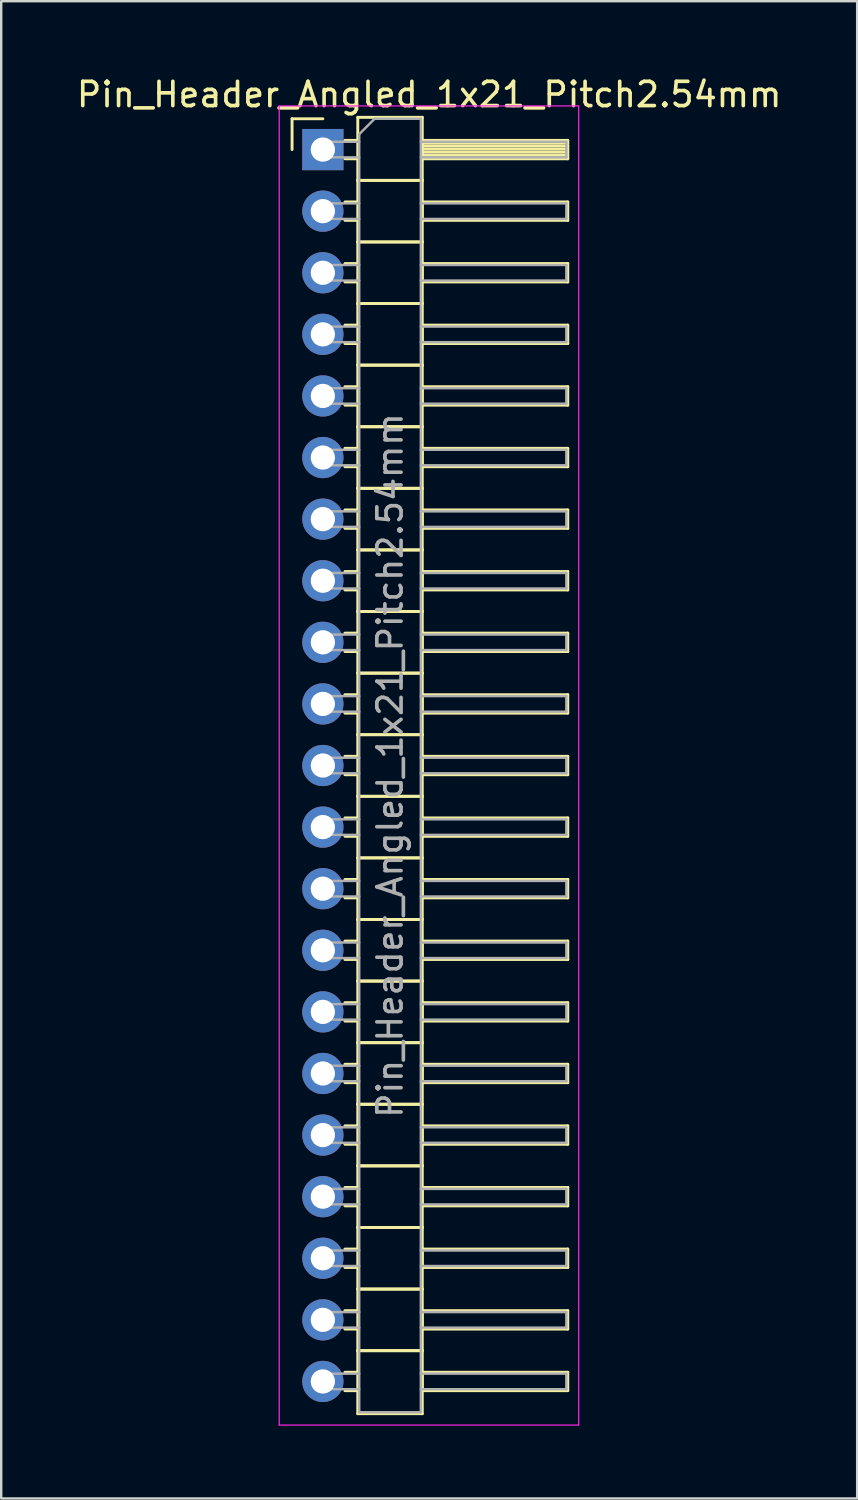
<source format=kicad_pcb>
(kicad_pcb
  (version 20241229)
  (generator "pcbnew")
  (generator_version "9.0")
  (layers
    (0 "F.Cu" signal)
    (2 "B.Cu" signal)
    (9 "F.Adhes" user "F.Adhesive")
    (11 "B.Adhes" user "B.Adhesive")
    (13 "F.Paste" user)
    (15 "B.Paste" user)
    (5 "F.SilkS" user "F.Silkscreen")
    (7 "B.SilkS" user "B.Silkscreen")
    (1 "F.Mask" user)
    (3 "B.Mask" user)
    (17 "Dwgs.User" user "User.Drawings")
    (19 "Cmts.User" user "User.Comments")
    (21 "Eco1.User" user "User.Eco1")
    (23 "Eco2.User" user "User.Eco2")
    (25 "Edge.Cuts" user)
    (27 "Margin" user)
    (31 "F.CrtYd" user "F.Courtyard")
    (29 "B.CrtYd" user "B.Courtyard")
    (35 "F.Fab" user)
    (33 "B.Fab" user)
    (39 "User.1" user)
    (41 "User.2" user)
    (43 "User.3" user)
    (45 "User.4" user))
  (footprint "Pin_Header_Angled_1x21_Pitch2.54mm"
    (layer "F.Cu")
    (at 10.264 3.118)
    (property "Reference" "Pin_Header_Angled_1x21_Pitch2.54mm" (at 4.385 -2.27 0) (layer "F.SilkS") (effects (font (size 1 1) (thickness 0.15))))
    (attr through_hole)
    (fp_line (start -1.27 -1.27) (end 0 -1.27) (stroke (width 0.12) (type solid)) (layer "F.SilkS"))
    (fp_line (start -1.27 0) (end -1.27 -1.27) (stroke (width 0.12) (type solid)) (layer "F.SilkS"))
    (fp_line (start 0.91 -0.38) (end 1.44 -0.38) (stroke (width 0.12) (type solid)) (layer "F.SilkS"))
    (fp_line (start 0.91 0.38) (end 1.44 0.38) (stroke (width 0.12) (type solid)) (layer "F.SilkS"))
    (fp_line (start 0.91 2.16) (end 1.44 2.16) (stroke (width 0.12) (type solid)) (layer "F.SilkS"))
    (fp_line (start 0.91 2.92) (end 1.44 2.92) (stroke (width 0.12) (type solid)) (layer "F.SilkS"))
    (fp_line (start 0.91 4.7) (end 1.44 4.7) (stroke (width 0.12) (type solid)) (layer "F.SilkS"))
    (fp_line (start 0.91 5.46) (end 1.44 5.46) (stroke (width 0.12) (type solid)) (layer "F.SilkS"))
    (fp_line (start 0.91 7.24) (end 1.44 7.24) (stroke (width 0.12) (type solid)) (layer "F.SilkS"))
    (fp_line (start 0.91 8) (end 1.44 8) (stroke (width 0.12) (type solid)) (layer "F.SilkS"))
    (fp_line (start 0.91 9.78) (end 1.44 9.78) (stroke (width 0.12) (type solid)) (layer "F.SilkS"))
    (fp_line (start 0.91 10.54) (end 1.44 10.54) (stroke (width 0.12) (type solid)) (layer "F.SilkS"))
    (fp_line (start 0.91 12.32) (end 1.44 12.32) (stroke (width 0.12) (type solid)) (layer "F.SilkS"))
    (fp_line (start 0.91 13.08) (end 1.44 13.08) (stroke (width 0.12) (type solid)) (layer "F.SilkS"))
    (fp_line (start 0.91 14.86) (end 1.44 14.86) (stroke (width 0.12) (type solid)) (layer "F.SilkS"))
    (fp_line (start 0.91 15.62) (end 1.44 15.62) (stroke (width 0.12) (type solid)) (layer "F.SilkS"))
    (fp_line (start 0.91 17.4) (end 1.44 17.4) (stroke (width 0.12) (type solid)) (layer "F.SilkS"))
    (fp_line (start 0.91 18.16) (end 1.44 18.16) (stroke (width 0.12) (type solid)) (layer "F.SilkS"))
    (fp_line (start 0.91 19.94) (end 1.44 19.94) (stroke (width 0.12) (type solid)) (layer "F.SilkS"))
    (fp_line (start 0.91 20.7) (end 1.44 20.7) (stroke (width 0.12) (type solid)) (layer "F.SilkS"))
    (fp_line (start 0.91 22.48) (end 1.44 22.48) (stroke (width 0.12) (type solid)) (layer "F.SilkS"))
    (fp_line (start 0.91 23.24) (end 1.44 23.24) (stroke (width 0.12) (type solid)) (layer "F.SilkS"))
    (fp_line (start 0.91 25.02) (end 1.44 25.02) (stroke (width 0.12) (type solid)) (layer "F.SilkS"))
    (fp_line (start 0.91 25.78) (end 1.44 25.78) (stroke (width 0.12) (type solid)) (layer "F.SilkS"))
    (fp_line (start 0.91 27.56) (end 1.44 27.56) (stroke (width 0.12) (type solid)) (layer "F.SilkS"))
    (fp_line (start 0.91 28.32) (end 1.44 28.32) (stroke (width 0.12) (type solid)) (layer "F.SilkS"))
    (fp_line (start 0.91 30.1) (end 1.44 30.1) (stroke (width 0.12) (type solid)) (layer "F.SilkS"))
    (fp_line (start 0.91 30.86) (end 1.44 30.86) (stroke (width 0.12) (type solid)) (layer "F.SilkS"))
    (fp_line (start 0.91 32.64) (end 1.44 32.64) (stroke (width 0.12) (type solid)) (layer "F.SilkS"))
    (fp_line (start 0.91 33.4) (end 1.44 33.4) (stroke (width 0.12) (type solid)) (layer "F.SilkS"))
    (fp_line (start 0.91 35.18) (end 1.44 35.18) (stroke (width 0.12) (type solid)) (layer "F.SilkS"))
    (fp_line (start 0.91 35.94) (end 1.44 35.94) (stroke (width 0.12) (type solid)) (layer "F.SilkS"))
    (fp_line (start 0.91 37.72) (end 1.44 37.72) (stroke (width 0.12) (type solid)) (layer "F.SilkS"))
    (fp_line (start 0.91 38.48) (end 1.44 38.48) (stroke (width 0.12) (type solid)) (layer "F.SilkS"))
    (fp_line (start 0.91 40.26) (end 1.44 40.26) (stroke (width 0.12) (type solid)) (layer "F.SilkS"))
    (fp_line (start 0.91 41.02) (end 1.44 41.02) (stroke (width 0.12) (type solid)) (layer "F.SilkS"))
    (fp_line (start 0.91 42.8) (end 1.44 42.8) (stroke (width 0.12) (type solid)) (layer "F.SilkS"))
    (fp_line (start 0.91 43.56) (end 1.44 43.56) (stroke (width 0.12) (type solid)) (layer "F.SilkS"))
    (fp_line (start 0.91 45.34) (end 1.44 45.34) (stroke (width 0.12) (type solid)) (layer "F.SilkS"))
    (fp_line (start 0.91 46.1) (end 1.44 46.1) (stroke (width 0.12) (type solid)) (layer "F.SilkS"))
    (fp_line (start 0.91 47.88) (end 1.44 47.88) (stroke (width 0.12) (type solid)) (layer "F.SilkS"))
    (fp_line (start 0.91 48.64) (end 1.44 48.64) (stroke (width 0.12) (type solid)) (layer "F.SilkS"))
    (fp_line (start 0.91 50.42) (end 1.44 50.42) (stroke (width 0.12) (type solid)) (layer "F.SilkS"))
    (fp_line (start 0.91 51.18) (end 1.44 51.18) (stroke (width 0.12) (type solid)) (layer "F.SilkS"))
    (fp_line (start 1.44 -1.33) (end 1.44 1.27) (stroke (width 0.12) (type solid)) (layer "F.SilkS"))
    (fp_line (start 1.44 1.27) (end 1.44 3.81) (stroke (width 0.12) (type solid)) (layer "F.SilkS"))
    (fp_line (start 1.44 1.27) (end 4.1 1.27) (stroke (width 0.12) (type solid)) (layer "F.SilkS"))
    (fp_line (start 1.44 3.81) (end 1.44 6.35) (stroke (width 0.12) (type solid)) (layer "F.SilkS"))
    (fp_line (start 1.44 3.81) (end 4.1 3.81) (stroke (width 0.12) (type solid)) (layer "F.SilkS"))
    (fp_line (start 1.44 6.35) (end 1.44 8.89) (stroke (width 0.12) (type solid)) (layer "F.SilkS"))
    (fp_line (start 1.44 6.35) (end 4.1 6.35) (stroke (width 0.12) (type solid)) (layer "F.SilkS"))
    (fp_line (start 1.44 8.89) (end 1.44 11.43) (stroke (width 0.12) (type solid)) (layer "F.SilkS"))
    (fp_line (start 1.44 8.89) (end 4.1 8.89) (stroke (width 0.12) (type solid)) (layer "F.SilkS"))
    (fp_line (start 1.44 11.43) (end 1.44 13.97) (stroke (width 0.12) (type solid)) (layer "F.SilkS"))
    (fp_line (start 1.44 11.43) (end 4.1 11.43) (stroke (width 0.12) (type solid)) (layer "F.SilkS"))
    (fp_line (start 1.44 13.97) (end 1.44 16.51) (stroke (width 0.12) (type solid)) (layer "F.SilkS"))
    (fp_line (start 1.44 13.97) (end 4.1 13.97) (stroke (width 0.12) (type solid)) (layer "F.SilkS"))
    (fp_line (start 1.44 16.51) (end 1.44 19.05) (stroke (width 0.12) (type solid)) (layer "F.SilkS"))
    (fp_line (start 1.44 16.51) (end 4.1 16.51) (stroke (width 0.12) (type solid)) (layer "F.SilkS"))
    (fp_line (start 1.44 19.05) (end 1.44 21.59) (stroke (width 0.12) (type solid)) (layer "F.SilkS"))
    (fp_line (start 1.44 19.05) (end 4.1 19.05) (stroke (width 0.12) (type solid)) (layer "F.SilkS"))
    (fp_line (start 1.44 21.59) (end 1.44 24.13) (stroke (width 0.12) (type solid)) (layer "F.SilkS"))
    (fp_line (start 1.44 21.59) (end 4.1 21.59) (stroke (width 0.12) (type solid)) (layer "F.SilkS"))
    (fp_line (start 1.44 24.13) (end 1.44 26.67) (stroke (width 0.12) (type solid)) (layer "F.SilkS"))
    (fp_line (start 1.44 24.13) (end 4.1 24.13) (stroke (width 0.12) (type solid)) (layer "F.SilkS"))
    (fp_line (start 1.44 26.67) (end 1.44 29.21) (stroke (width 0.12) (type solid)) (layer "F.SilkS"))
    (fp_line (start 1.44 26.67) (end 4.1 26.67) (stroke (width 0.12) (type solid)) (layer "F.SilkS"))
    (fp_line (start 1.44 29.21) (end 1.44 31.75) (stroke (width 0.12) (type solid)) (layer "F.SilkS"))
    (fp_line (start 1.44 29.21) (end 4.1 29.21) (stroke (width 0.12) (type solid)) (layer "F.SilkS"))
    (fp_line (start 1.44 31.75) (end 1.44 34.29) (stroke (width 0.12) (type solid)) (layer "F.SilkS"))
    (fp_line (start 1.44 31.75) (end 4.1 31.75) (stroke (width 0.12) (type solid)) (layer "F.SilkS"))
    (fp_line (start 1.44 34.29) (end 1.44 36.83) (stroke (width 0.12) (type solid)) (layer "F.SilkS"))
    (fp_line (start 1.44 34.29) (end 4.1 34.29) (stroke (width 0.12) (type solid)) (layer "F.SilkS"))
    (fp_line (start 1.44 36.83) (end 1.44 39.37) (stroke (width 0.12) (type solid)) (layer "F.SilkS"))
    (fp_line (start 1.44 36.83) (end 4.1 36.83) (stroke (width 0.12) (type solid)) (layer "F.SilkS"))
    (fp_line (start 1.44 39.37) (end 1.44 41.91) (stroke (width 0.12) (type solid)) (layer "F.SilkS"))
    (fp_line (start 1.44 39.37) (end 4.1 39.37) (stroke (width 0.12) (type solid)) (layer "F.SilkS"))
    (fp_line (start 1.44 41.91) (end 1.44 44.45) (stroke (width 0.12) (type solid)) (layer "F.SilkS"))
    (fp_line (start 1.44 41.91) (end 4.1 41.91) (stroke (width 0.12) (type solid)) (layer "F.SilkS"))
    (fp_line (start 1.44 44.45) (end 1.44 46.99) (stroke (width 0.12) (type solid)) (layer "F.SilkS"))
    (fp_line (start 1.44 44.45) (end 4.1 44.45) (stroke (width 0.12) (type solid)) (layer "F.SilkS"))
    (fp_line (start 1.44 46.99) (end 1.44 49.53) (stroke (width 0.12) (type solid)) (layer "F.SilkS"))
    (fp_line (start 1.44 46.99) (end 4.1 46.99) (stroke (width 0.12) (type solid)) (layer "F.SilkS"))
    (fp_line (start 1.44 49.53) (end 1.44 52.13) (stroke (width 0.12) (type solid)) (layer "F.SilkS"))
    (fp_line (start 1.44 49.53) (end 4.1 49.53) (stroke (width 0.12) (type solid)) (layer "F.SilkS"))
    (fp_line (start 1.44 52.13) (end 4.1 52.13) (stroke (width 0.12) (type solid)) (layer "F.SilkS"))
    (fp_line (start 4.1 -1.33) (end 1.44 -1.33) (stroke (width 0.12) (type solid)) (layer "F.SilkS"))
    (fp_line (start 4.1 -0.38) (end 4.1 0.38) (stroke (width 0.12) (type solid)) (layer "F.SilkS"))
    (fp_line (start 4.1 -0.26) (end 10.1 -0.26) (stroke (width 0.12) (type solid)) (layer "F.SilkS"))
    (fp_line (start 4.1 -0.14) (end 10.1 -0.14) (stroke (width 0.12) (type solid)) (layer "F.SilkS"))
    (fp_line (start 4.1 -0.02) (end 10.1 -0.02) (stroke (width 0.12) (type solid)) (layer "F.SilkS"))
    (fp_line (start 4.1 0.1) (end 10.1 0.1) (stroke (width 0.12) (type solid)) (layer "F.SilkS"))
    (fp_line (start 4.1 0.22) (end 10.1 0.22) (stroke (width 0.12) (type solid)) (layer "F.SilkS"))
    (fp_line (start 4.1 0.34) (end 10.1 0.34) (stroke (width 0.12) (type solid)) (layer "F.SilkS"))
    (fp_line (start 4.1 0.38) (end 10.1 0.38) (stroke (width 0.12) (type solid)) (layer "F.SilkS"))
    (fp_line (start 4.1 1.27) (end 1.44 1.27) (stroke (width 0.12) (type solid)) (layer "F.SilkS"))
    (fp_line (start 4.1 1.27) (end 4.1 -1.33) (stroke (width 0.12) (type solid)) (layer "F.SilkS"))
    (fp_line (start 4.1 2.16) (end 4.1 2.92) (stroke (width 0.12) (type solid)) (layer "F.SilkS"))
    (fp_line (start 4.1 2.92) (end 10.1 2.92) (stroke (width 0.12) (type solid)) (layer "F.SilkS"))
    (fp_line (start 4.1 3.81) (end 1.44 3.81) (stroke (width 0.12) (type solid)) (layer "F.SilkS"))
    (fp_line (start 4.1 3.81) (end 4.1 1.27) (stroke (width 0.12) (type solid)) (layer "F.SilkS"))
    (fp_line (start 4.1 4.7) (end 4.1 5.46) (stroke (width 0.12) (type solid)) (layer "F.SilkS"))
    (fp_line (start 4.1 5.46) (end 10.1 5.46) (stroke (width 0.12) (type solid)) (layer "F.SilkS"))
    (fp_line (start 4.1 6.35) (end 1.44 6.35) (stroke (width 0.12) (type solid)) (layer "F.SilkS"))
    (fp_line (start 4.1 6.35) (end 4.1 3.81) (stroke (width 0.12) (type solid)) (layer "F.SilkS"))
    (fp_line (start 4.1 7.24) (end 4.1 8) (stroke (width 0.12) (type solid)) (layer "F.SilkS"))
    (fp_line (start 4.1 8) (end 10.1 8) (stroke (width 0.12) (type solid)) (layer "F.SilkS"))
    (fp_line (start 4.1 8.89) (end 1.44 8.89) (stroke (width 0.12) (type solid)) (layer "F.SilkS"))
    (fp_line (start 4.1 8.89) (end 4.1 6.35) (stroke (width 0.12) (type solid)) (layer "F.SilkS"))
    (fp_line (start 4.1 9.78) (end 4.1 10.54) (stroke (width 0.12) (type solid)) (layer "F.SilkS"))
    (fp_line (start 4.1 10.54) (end 10.1 10.54) (stroke (width 0.12) (type solid)) (layer "F.SilkS"))
    (fp_line (start 4.1 11.43) (end 1.44 11.43) (stroke (width 0.12) (type solid)) (layer "F.SilkS"))
    (fp_line (start 4.1 11.43) (end 4.1 8.89) (stroke (width 0.12) (type solid)) (layer "F.SilkS"))
    (fp_line (start 4.1 12.32) (end 4.1 13.08) (stroke (width 0.12) (type solid)) (layer "F.SilkS"))
    (fp_line (start 4.1 13.08) (end 10.1 13.08) (stroke (width 0.12) (type solid)) (layer "F.SilkS"))
    (fp_line (start 4.1 13.97) (end 1.44 13.97) (stroke (width 0.12) (type solid)) (layer "F.SilkS"))
    (fp_line (start 4.1 13.97) (end 4.1 11.43) (stroke (width 0.12) (type solid)) (layer "F.SilkS"))
    (fp_line (start 4.1 14.86) (end 4.1 15.62) (stroke (width 0.12) (type solid)) (layer "F.SilkS"))
    (fp_line (start 4.1 15.62) (end 10.1 15.62) (stroke (width 0.12) (type solid)) (layer "F.SilkS"))
    (fp_line (start 4.1 16.51) (end 1.44 16.51) (stroke (width 0.12) (type solid)) (layer "F.SilkS"))
    (fp_line (start 4.1 16.51) (end 4.1 13.97) (stroke (width 0.12) (type solid)) (layer "F.SilkS"))
    (fp_line (start 4.1 17.4) (end 4.1 18.16) (stroke (width 0.12) (type solid)) (layer "F.SilkS"))
    (fp_line (start 4.1 18.16) (end 10.1 18.16) (stroke (width 0.12) (type solid)) (layer "F.SilkS"))
    (fp_line (start 4.1 19.05) (end 1.44 19.05) (stroke (width 0.12) (type solid)) (layer "F.SilkS"))
    (fp_line (start 4.1 19.05) (end 4.1 16.51) (stroke (width 0.12) (type solid)) (layer "F.SilkS"))
    (fp_line (start 4.1 19.94) (end 4.1 20.7) (stroke (width 0.12) (type solid)) (layer "F.SilkS"))
    (fp_line (start 4.1 20.7) (end 10.1 20.7) (stroke (width 0.12) (type solid)) (layer "F.SilkS"))
    (fp_line (start 4.1 21.59) (end 1.44 21.59) (stroke (width 0.12) (type solid)) (layer "F.SilkS"))
    (fp_line (start 4.1 21.59) (end 4.1 19.05) (stroke (width 0.12) (type solid)) (layer "F.SilkS"))
    (fp_line (start 4.1 22.48) (end 4.1 23.24) (stroke (width 0.12) (type solid)) (layer "F.SilkS"))
    (fp_line (start 4.1 23.24) (end 10.1 23.24) (stroke (width 0.12) (type solid)) (layer "F.SilkS"))
    (fp_line (start 4.1 24.13) (end 1.44 24.13) (stroke (width 0.12) (type solid)) (layer "F.SilkS"))
    (fp_line (start 4.1 24.13) (end 4.1 21.59) (stroke (width 0.12) (type solid)) (layer "F.SilkS"))
    (fp_line (start 4.1 25.02) (end 4.1 25.78) (stroke (width 0.12) (type solid)) (layer "F.SilkS"))
    (fp_line (start 4.1 25.78) (end 10.1 25.78) (stroke (width 0.12) (type solid)) (layer "F.SilkS"))
    (fp_line (start 4.1 26.67) (end 1.44 26.67) (stroke (width 0.12) (type solid)) (layer "F.SilkS"))
    (fp_line (start 4.1 26.67) (end 4.1 24.13) (stroke (width 0.12) (type solid)) (layer "F.SilkS"))
    (fp_line (start 4.1 27.56) (end 4.1 28.32) (stroke (width 0.12) (type solid)) (layer "F.SilkS"))
    (fp_line (start 4.1 28.32) (end 10.1 28.32) (stroke (width 0.12) (type solid)) (layer "F.SilkS"))
    (fp_line (start 4.1 29.21) (end 1.44 29.21) (stroke (width 0.12) (type solid)) (layer "F.SilkS"))
    (fp_line (start 4.1 29.21) (end 4.1 26.67) (stroke (width 0.12) (type solid)) (layer "F.SilkS"))
    (fp_line (start 4.1 30.1) (end 4.1 30.86) (stroke (width 0.12) (type solid)) (layer "F.SilkS"))
    (fp_line (start 4.1 30.86) (end 10.1 30.86) (stroke (width 0.12) (type solid)) (layer "F.SilkS"))
    (fp_line (start 4.1 31.75) (end 1.44 31.75) (stroke (width 0.12) (type solid)) (layer "F.SilkS"))
    (fp_line (start 4.1 31.75) (end 4.1 29.21) (stroke (width 0.12) (type solid)) (layer "F.SilkS"))
    (fp_line (start 4.1 32.64) (end 4.1 33.4) (stroke (width 0.12) (type solid)) (layer "F.SilkS"))
    (fp_line (start 4.1 33.4) (end 10.1 33.4) (stroke (width 0.12) (type solid)) (layer "F.SilkS"))
    (fp_line (start 4.1 34.29) (end 1.44 34.29) (stroke (width 0.12) (type solid)) (layer "F.SilkS"))
    (fp_line (start 4.1 34.29) (end 4.1 31.75) (stroke (width 0.12) (type solid)) (layer "F.SilkS"))
    (fp_line (start 4.1 35.18) (end 4.1 35.94) (stroke (width 0.12) (type solid)) (layer "F.SilkS"))
    (fp_line (start 4.1 35.94) (end 10.1 35.94) (stroke (width 0.12) (type solid)) (layer "F.SilkS"))
    (fp_line (start 4.1 36.83) (end 1.44 36.83) (stroke (width 0.12) (type solid)) (layer "F.SilkS"))
    (fp_line (start 4.1 36.83) (end 4.1 34.29) (stroke (width 0.12) (type solid)) (layer "F.SilkS"))
    (fp_line (start 4.1 37.72) (end 4.1 38.48) (stroke (width 0.12) (type solid)) (layer "F.SilkS"))
    (fp_line (start 4.1 38.48) (end 10.1 38.48) (stroke (width 0.12) (type solid)) (layer "F.SilkS"))
    (fp_line (start 4.1 39.37) (end 1.44 39.37) (stroke (width 0.12) (type solid)) (layer "F.SilkS"))
    (fp_line (start 4.1 39.37) (end 4.1 36.83) (stroke (width 0.12) (type solid)) (layer "F.SilkS"))
    (fp_line (start 4.1 40.26) (end 4.1 41.02) (stroke (width 0.12) (type solid)) (layer "F.SilkS"))
    (fp_line (start 4.1 41.02) (end 10.1 41.02) (stroke (width 0.12) (type solid)) (layer "F.SilkS"))
    (fp_line (start 4.1 41.91) (end 1.44 41.91) (stroke (width 0.12) (type solid)) (layer "F.SilkS"))
    (fp_line (start 4.1 41.91) (end 4.1 39.37) (stroke (width 0.12) (type solid)) (layer "F.SilkS"))
    (fp_line (start 4.1 42.8) (end 4.1 43.56) (stroke (width 0.12) (type solid)) (layer "F.SilkS"))
    (fp_line (start 4.1 43.56) (end 10.1 43.56) (stroke (width 0.12) (type solid)) (layer "F.SilkS"))
    (fp_line (start 4.1 44.45) (end 1.44 44.45) (stroke (width 0.12) (type solid)) (layer "F.SilkS"))
    (fp_line (start 4.1 44.45) (end 4.1 41.91) (stroke (width 0.12) (type solid)) (layer "F.SilkS"))
    (fp_line (start 4.1 45.34) (end 4.1 46.1) (stroke (width 0.12) (type solid)) (layer "F.SilkS"))
    (fp_line (start 4.1 46.1) (end 10.1 46.1) (stroke (width 0.12) (type solid)) (layer "F.SilkS"))
    (fp_line (start 4.1 46.99) (end 1.44 46.99) (stroke (width 0.12) (type solid)) (layer "F.SilkS"))
    (fp_line (start 4.1 46.99) (end 4.1 44.45) (stroke (width 0.12) (type solid)) (layer "F.SilkS"))
    (fp_line (start 4.1 47.88) (end 4.1 48.64) (stroke (width 0.12) (type solid)) (layer "F.SilkS"))
    (fp_line (start 4.1 48.64) (end 10.1 48.64) (stroke (width 0.12) (type solid)) (layer "F.SilkS"))
    (fp_line (start 4.1 49.53) (end 1.44 49.53) (stroke (width 0.12) (type solid)) (layer "F.SilkS"))
    (fp_line (start 4.1 49.53) (end 4.1 46.99) (stroke (width 0.12) (type solid)) (layer "F.SilkS"))
    (fp_line (start 4.1 50.42) (end 4.1 51.18) (stroke (width 0.12) (type solid)) (layer "F.SilkS"))
    (fp_line (start 4.1 51.18) (end 10.1 51.18) (stroke (width 0.12) (type solid)) (layer "F.SilkS"))
    (fp_line (start 4.1 52.13) (end 4.1 49.53) (stroke (width 0.12) (type solid)) (layer "F.SilkS"))
    (fp_line (start 10.1 -0.38) (end 4.1 -0.38) (stroke (width 0.12) (type solid)) (layer "F.SilkS"))
    (fp_line (start 10.1 0.38) (end 10.1 -0.38) (stroke (width 0.12) (type solid)) (layer "F.SilkS"))
    (fp_line (start 10.1 2.16) (end 4.1 2.16) (stroke (width 0.12) (type solid)) (layer "F.SilkS"))
    (fp_line (start 10.1 2.92) (end 10.1 2.16) (stroke (width 0.12) (type solid)) (layer "F.SilkS"))
    (fp_line (start 10.1 4.7) (end 4.1 4.7) (stroke (width 0.12) (type solid)) (layer "F.SilkS"))
    (fp_line (start 10.1 5.46) (end 10.1 4.7) (stroke (width 0.12) (type solid)) (layer "F.SilkS"))
    (fp_line (start 10.1 7.24) (end 4.1 7.24) (stroke (width 0.12) (type solid)) (layer "F.SilkS"))
    (fp_line (start 10.1 8) (end 10.1 7.24) (stroke (width 0.12) (type solid)) (layer "F.SilkS"))
    (fp_line (start 10.1 9.78) (end 4.1 9.78) (stroke (width 0.12) (type solid)) (layer "F.SilkS"))
    (fp_line (start 10.1 10.54) (end 10.1 9.78) (stroke (width 0.12) (type solid)) (layer "F.SilkS"))
    (fp_line (start 10.1 12.32) (end 4.1 12.32) (stroke (width 0.12) (type solid)) (layer "F.SilkS"))
    (fp_line (start 10.1 13.08) (end 10.1 12.32) (stroke (width 0.12) (type solid)) (layer "F.SilkS"))
    (fp_line (start 10.1 14.86) (end 4.1 14.86) (stroke (width 0.12) (type solid)) (layer "F.SilkS"))
    (fp_line (start 10.1 15.62) (end 10.1 14.86) (stroke (width 0.12) (type solid)) (layer "F.SilkS"))
    (fp_line (start 10.1 17.4) (end 4.1 17.4) (stroke (width 0.12) (type solid)) (layer "F.SilkS"))
    (fp_line (start 10.1 18.16) (end 10.1 17.4) (stroke (width 0.12) (type solid)) (layer "F.SilkS"))
    (fp_line (start 10.1 19.94) (end 4.1 19.94) (stroke (width 0.12) (type solid)) (layer "F.SilkS"))
    (fp_line (start 10.1 20.7) (end 10.1 19.94) (stroke (width 0.12) (type solid)) (layer "F.SilkS"))
    (fp_line (start 10.1 22.48) (end 4.1 22.48) (stroke (width 0.12) (type solid)) (layer "F.SilkS"))
    (fp_line (start 10.1 23.24) (end 10.1 22.48) (stroke (width 0.12) (type solid)) (layer "F.SilkS"))
    (fp_line (start 10.1 25.02) (end 4.1 25.02) (stroke (width 0.12) (type solid)) (layer "F.SilkS"))
    (fp_line (start 10.1 25.78) (end 10.1 25.02) (stroke (width 0.12) (type solid)) (layer "F.SilkS"))
    (fp_line (start 10.1 27.56) (end 4.1 27.56) (stroke (width 0.12) (type solid)) (layer "F.SilkS"))
    (fp_line (start 10.1 28.32) (end 10.1 27.56) (stroke (width 0.12) (type solid)) (layer "F.SilkS"))
    (fp_line (start 10.1 30.1) (end 4.1 30.1) (stroke (width 0.12) (type solid)) (layer "F.SilkS"))
    (fp_line (start 10.1 30.86) (end 10.1 30.1) (stroke (width 0.12) (type solid)) (layer "F.SilkS"))
    (fp_line (start 10.1 32.64) (end 4.1 32.64) (stroke (width 0.12) (type solid)) (layer "F.SilkS"))
    (fp_line (start 10.1 33.4) (end 10.1 32.64) (stroke (width 0.12) (type solid)) (layer "F.SilkS"))
    (fp_line (start 10.1 35.18) (end 4.1 35.18) (stroke (width 0.12) (type solid)) (layer "F.SilkS"))
    (fp_line (start 10.1 35.94) (end 10.1 35.18) (stroke (width 0.12) (type solid)) (layer "F.SilkS"))
    (fp_line (start 10.1 37.72) (end 4.1 37.72) (stroke (width 0.12) (type solid)) (layer "F.SilkS"))
    (fp_line (start 10.1 38.48) (end 10.1 37.72) (stroke (width 0.12) (type solid)) (layer "F.SilkS"))
    (fp_line (start 10.1 40.26) (end 4.1 40.26) (stroke (width 0.12) (type solid)) (layer "F.SilkS"))
    (fp_line (start 10.1 41.02) (end 10.1 40.26) (stroke (width 0.12) (type solid)) (layer "F.SilkS"))
    (fp_line (start 10.1 42.8) (end 4.1 42.8) (stroke (width 0.12) (type solid)) (layer "F.SilkS"))
    (fp_line (start 10.1 43.56) (end 10.1 42.8) (stroke (width 0.12) (type solid)) (layer "F.SilkS"))
    (fp_line (start 10.1 45.34) (end 4.1 45.34) (stroke (width 0.12) (type solid)) (layer "F.SilkS"))
    (fp_line (start 10.1 46.1) (end 10.1 45.34) (stroke (width 0.12) (type solid)) (layer "F.SilkS"))
    (fp_line (start 10.1 47.88) (end 4.1 47.88) (stroke (width 0.12) (type solid)) (layer "F.SilkS"))
    (fp_line (start 10.1 48.64) (end 10.1 47.88) (stroke (width 0.12) (type solid)) (layer "F.SilkS"))
    (fp_line (start 10.1 50.42) (end 4.1 50.42) (stroke (width 0.12) (type solid)) (layer "F.SilkS"))
    (fp_line (start 10.1 51.18) (end 10.1 50.42) (stroke (width 0.12) (type solid)) (layer "F.SilkS"))
    (fp_line (start -1.8 -1.8) (end -1.8 52.6) (stroke (width 0.05) (type solid)) (layer "F.CrtYd"))
    (fp_line (start -1.8 52.6) (end 10.55 52.6) (stroke (width 0.05) (type solid)) (layer "F.CrtYd"))
    (fp_line (start 10.55 -1.8) (end -1.8 -1.8) (stroke (width 0.05) (type solid)) (layer "F.CrtYd"))
    (fp_line (start 10.55 52.6) (end 10.55 -1.8) (stroke (width 0.05) (type solid)) (layer "F.CrtYd"))
    (fp_line (start -0.32 -0.32) (end -0.32 0.32) (stroke (width 0.1) (type solid)) (layer "F.Fab"))
    (fp_line (start -0.32 -0.32) (end 1.5 -0.32) (stroke (width 0.1) (type solid)) (layer "F.Fab"))
    (fp_line (start -0.32 0.32) (end 1.5 0.32) (stroke (width 0.1) (type solid)) (layer "F.Fab"))
    (fp_line (start -0.32 2.22) (end -0.32 2.86) (stroke (width 0.1) (type solid)) (layer "F.Fab"))
    (fp_line (start -0.32 2.22) (end 1.5 2.22) (stroke (width 0.1) (type solid)) (layer "F.Fab"))
    (fp_line (start -0.32 2.86) (end 1.5 2.86) (stroke (width 0.1) (type solid)) (layer "F.Fab"))
    (fp_line (start -0.32 4.76) (end -0.32 5.4) (stroke (width 0.1) (type solid)) (layer "F.Fab"))
    (fp_line (start -0.32 4.76) (end 1.5 4.76) (stroke (width 0.1) (type solid)) (layer "F.Fab"))
    (fp_line (start -0.32 5.4) (end 1.5 5.4) (stroke (width 0.1) (type solid)) (layer "F.Fab"))
    (fp_line (start -0.32 7.3) (end -0.32 7.94) (stroke (width 0.1) (type solid)) (layer "F.Fab"))
    (fp_line (start -0.32 7.3) (end 1.5 7.3) (stroke (width 0.1) (type solid)) (layer "F.Fab"))
    (fp_line (start -0.32 7.94) (end 1.5 7.94) (stroke (width 0.1) (type solid)) (layer "F.Fab"))
    (fp_line (start -0.32 9.84) (end -0.32 10.48) (stroke (width 0.1) (type solid)) (layer "F.Fab"))
    (fp_line (start -0.32 9.84) (end 1.5 9.84) (stroke (width 0.1) (type solid)) (layer "F.Fab"))
    (fp_line (start -0.32 10.48) (end 1.5 10.48) (stroke (width 0.1) (type solid)) (layer "F.Fab"))
    (fp_line (start -0.32 12.38) (end -0.32 13.02) (stroke (width 0.1) (type solid)) (layer "F.Fab"))
    (fp_line (start -0.32 12.38) (end 1.5 12.38) (stroke (width 0.1) (type solid)) (layer "F.Fab"))
    (fp_line (start -0.32 13.02) (end 1.5 13.02) (stroke (width 0.1) (type solid)) (layer "F.Fab"))
    (fp_line (start -0.32 14.92) (end -0.32 15.56) (stroke (width 0.1) (type solid)) (layer "F.Fab"))
    (fp_line (start -0.32 14.92) (end 1.5 14.92) (stroke (width 0.1) (type solid)) (layer "F.Fab"))
    (fp_line (start -0.32 15.56) (end 1.5 15.56) (stroke (width 0.1) (type solid)) (layer "F.Fab"))
    (fp_line (start -0.32 17.46) (end -0.32 18.1) (stroke (width 0.1) (type solid)) (layer "F.Fab"))
    (fp_line (start -0.32 17.46) (end 1.5 17.46) (stroke (width 0.1) (type solid)) (layer "F.Fab"))
    (fp_line (start -0.32 18.1) (end 1.5 18.1) (stroke (width 0.1) (type solid)) (layer "F.Fab"))
    (fp_line (start -0.32 20) (end -0.32 20.64) (stroke (width 0.1) (type solid)) (layer "F.Fab"))
    (fp_line (start -0.32 20) (end 1.5 20) (stroke (width 0.1) (type solid)) (layer "F.Fab"))
    (fp_line (start -0.32 20.64) (end 1.5 20.64) (stroke (width 0.1) (type solid)) (layer "F.Fab"))
    (fp_line (start -0.32 22.54) (end -0.32 23.18) (stroke (width 0.1) (type solid)) (layer "F.Fab"))
    (fp_line (start -0.32 22.54) (end 1.5 22.54) (stroke (width 0.1) (type solid)) (layer "F.Fab"))
    (fp_line (start -0.32 23.18) (end 1.5 23.18) (stroke (width 0.1) (type solid)) (layer "F.Fab"))
    (fp_line (start -0.32 25.08) (end -0.32 25.72) (stroke (width 0.1) (type solid)) (layer "F.Fab"))
    (fp_line (start -0.32 25.08) (end 1.5 25.08) (stroke (width 0.1) (type solid)) (layer "F.Fab"))
    (fp_line (start -0.32 25.72) (end 1.5 25.72) (stroke (width 0.1) (type solid)) (layer "F.Fab"))
    (fp_line (start -0.32 27.62) (end -0.32 28.26) (stroke (width 0.1) (type solid)) (layer "F.Fab"))
    (fp_line (start -0.32 27.62) (end 1.5 27.62) (stroke (width 0.1) (type solid)) (layer "F.Fab"))
    (fp_line (start -0.32 28.26) (end 1.5 28.26) (stroke (width 0.1) (type solid)) (layer "F.Fab"))
    (fp_line (start -0.32 30.16) (end -0.32 30.8) (stroke (width 0.1) (type solid)) (layer "F.Fab"))
    (fp_line (start -0.32 30.16) (end 1.5 30.16) (stroke (width 0.1) (type solid)) (layer "F.Fab"))
    (fp_line (start -0.32 30.8) (end 1.5 30.8) (stroke (width 0.1) (type solid)) (layer "F.Fab"))
    (fp_line (start -0.32 32.7) (end -0.32 33.34) (stroke (width 0.1) (type solid)) (layer "F.Fab"))
    (fp_line (start -0.32 32.7) (end 1.5 32.7) (stroke (width 0.1) (type solid)) (layer "F.Fab"))
    (fp_line (start -0.32 33.34) (end 1.5 33.34) (stroke (width 0.1) (type solid)) (layer "F.Fab"))
    (fp_line (start -0.32 35.24) (end -0.32 35.88) (stroke (width 0.1) (type solid)) (layer "F.Fab"))
    (fp_line (start -0.32 35.24) (end 1.5 35.24) (stroke (width 0.1) (type solid)) (layer "F.Fab"))
    (fp_line (start -0.32 35.88) (end 1.5 35.88) (stroke (width 0.1) (type solid)) (layer "F.Fab"))
    (fp_line (start -0.32 37.78) (end -0.32 38.42) (stroke (width 0.1) (type solid)) (layer "F.Fab"))
    (fp_line (start -0.32 37.78) (end 1.5 37.78) (stroke (width 0.1) (type solid)) (layer "F.Fab"))
    (fp_line (start -0.32 38.42) (end 1.5 38.42) (stroke (width 0.1) (type solid)) (layer "F.Fab"))
    (fp_line (start -0.32 40.32) (end -0.32 40.96) (stroke (width 0.1) (type solid)) (layer "F.Fab"))
    (fp_line (start -0.32 40.32) (end 1.5 40.32) (stroke (width 0.1) (type solid)) (layer "F.Fab"))
    (fp_line (start -0.32 40.96) (end 1.5 40.96) (stroke (width 0.1) (type solid)) (layer "F.Fab"))
    (fp_line (start -0.32 42.86) (end -0.32 43.5) (stroke (width 0.1) (type solid)) (layer "F.Fab"))
    (fp_line (start -0.32 42.86) (end 1.5 42.86) (stroke (width 0.1) (type solid)) (layer "F.Fab"))
    (fp_line (start -0.32 43.5) (end 1.5 43.5) (stroke (width 0.1) (type solid)) (layer "F.Fab"))
    (fp_line (start -0.32 45.4) (end -0.32 46.04) (stroke (width 0.1) (type solid)) (layer "F.Fab"))
    (fp_line (start -0.32 45.4) (end 1.5 45.4) (stroke (width 0.1) (type solid)) (layer "F.Fab"))
    (fp_line (start -0.32 46.04) (end 1.5 46.04) (stroke (width 0.1) (type solid)) (layer "F.Fab"))
    (fp_line (start -0.32 47.94) (end -0.32 48.58) (stroke (width 0.1) (type solid)) (layer "F.Fab"))
    (fp_line (start -0.32 47.94) (end 1.5 47.94) (stroke (width 0.1) (type solid)) (layer "F.Fab"))
    (fp_line (start -0.32 48.58) (end 1.5 48.58) (stroke (width 0.1) (type solid)) (layer "F.Fab"))
    (fp_line (start -0.32 50.48) (end -0.32 51.12) (stroke (width 0.1) (type solid)) (layer "F.Fab"))
    (fp_line (start -0.32 50.48) (end 1.5 50.48) (stroke (width 0.1) (type solid)) (layer "F.Fab"))
    (fp_line (start -0.32 51.12) (end 1.5 51.12) (stroke (width 0.1) (type solid)) (layer "F.Fab"))
    (fp_line (start 1.5 -0.635) (end 2.135 -1.27) (stroke (width 0.1) (type solid)) (layer "F.Fab"))
    (fp_line (start 1.5 52.07) (end 1.5 -0.635) (stroke (width 0.1) (type solid)) (layer "F.Fab"))
    (fp_line (start 2.135 -1.27) (end 4.04 -1.27) (stroke (width 0.1) (type solid)) (layer "F.Fab"))
    (fp_line (start 4.04 -1.27) (end 4.04 52.07) (stroke (width 0.1) (type solid)) (layer "F.Fab"))
    (fp_line (start 4.04 -0.32) (end 10.04 -0.32) (stroke (width 0.1) (type solid)) (layer "F.Fab"))
    (fp_line (start 4.04 0.32) (end 10.04 0.32) (stroke (width 0.1) (type solid)) (layer "F.Fab"))
    (fp_line (start 4.04 2.22) (end 10.04 2.22) (stroke (width 0.1) (type solid)) (layer "F.Fab"))
    (fp_line (start 4.04 2.86) (end 10.04 2.86) (stroke (width 0.1) (type solid)) (layer "F.Fab"))
    (fp_line (start 4.04 4.76) (end 10.04 4.76) (stroke (width 0.1) (type solid)) (layer "F.Fab"))
    (fp_line (start 4.04 5.4) (end 10.04 5.4) (stroke (width 0.1) (type solid)) (layer "F.Fab"))
    (fp_line (start 4.04 7.3) (end 10.04 7.3) (stroke (width 0.1) (type solid)) (layer "F.Fab"))
    (fp_line (start 4.04 7.94) (end 10.04 7.94) (stroke (width 0.1) (type solid)) (layer "F.Fab"))
    (fp_line (start 4.04 9.84) (end 10.04 9.84) (stroke (width 0.1) (type solid)) (layer "F.Fab"))
    (fp_line (start 4.04 10.48) (end 10.04 10.48) (stroke (width 0.1) (type solid)) (layer "F.Fab"))
    (fp_line (start 4.04 12.38) (end 10.04 12.38) (stroke (width 0.1) (type solid)) (layer "F.Fab"))
    (fp_line (start 4.04 13.02) (end 10.04 13.02) (stroke (width 0.1) (type solid)) (layer "F.Fab"))
    (fp_line (start 4.04 14.92) (end 10.04 14.92) (stroke (width 0.1) (type solid)) (layer "F.Fab"))
    (fp_line (start 4.04 15.56) (end 10.04 15.56) (stroke (width 0.1) (type solid)) (layer "F.Fab"))
    (fp_line (start 4.04 17.46) (end 10.04 17.46) (stroke (width 0.1) (type solid)) (layer "F.Fab"))
    (fp_line (start 4.04 18.1) (end 10.04 18.1) (stroke (width 0.1) (type solid)) (layer "F.Fab"))
    (fp_line (start 4.04 20) (end 10.04 20) (stroke (width 0.1) (type solid)) (layer "F.Fab"))
    (fp_line (start 4.04 20.64) (end 10.04 20.64) (stroke (width 0.1) (type solid)) (layer "F.Fab"))
    (fp_line (start 4.04 22.54) (end 10.04 22.54) (stroke (width 0.1) (type solid)) (layer "F.Fab"))
    (fp_line (start 4.04 23.18) (end 10.04 23.18) (stroke (width 0.1) (type solid)) (layer "F.Fab"))
    (fp_line (start 4.04 25.08) (end 10.04 25.08) (stroke (width 0.1) (type solid)) (layer "F.Fab"))
    (fp_line (start 4.04 25.72) (end 10.04 25.72) (stroke (width 0.1) (type solid)) (layer "F.Fab"))
    (fp_line (start 4.04 27.62) (end 10.04 27.62) (stroke (width 0.1) (type solid)) (layer "F.Fab"))
    (fp_line (start 4.04 28.26) (end 10.04 28.26) (stroke (width 0.1) (type solid)) (layer "F.Fab"))
    (fp_line (start 4.04 30.16) (end 10.04 30.16) (stroke (width 0.1) (type solid)) (layer "F.Fab"))
    (fp_line (start 4.04 30.8) (end 10.04 30.8) (stroke (width 0.1) (type solid)) (layer "F.Fab"))
    (fp_line (start 4.04 32.7) (end 10.04 32.7) (stroke (width 0.1) (type solid)) (layer "F.Fab"))
    (fp_line (start 4.04 33.34) (end 10.04 33.34) (stroke (width 0.1) (type solid)) (layer "F.Fab"))
    (fp_line (start 4.04 35.24) (end 10.04 35.24) (stroke (width 0.1) (type solid)) (layer "F.Fab"))
    (fp_line (start 4.04 35.88) (end 10.04 35.88) (stroke (width 0.1) (type solid)) (layer "F.Fab"))
    (fp_line (start 4.04 37.78) (end 10.04 37.78) (stroke (width 0.1) (type solid)) (layer "F.Fab"))
    (fp_line (start 4.04 38.42) (end 10.04 38.42) (stroke (width 0.1) (type solid)) (layer "F.Fab"))
    (fp_line (start 4.04 40.32) (end 10.04 40.32) (stroke (width 0.1) (type solid)) (layer "F.Fab"))
    (fp_line (start 4.04 40.96) (end 10.04 40.96) (stroke (width 0.1) (type solid)) (layer "F.Fab"))
    (fp_line (start 4.04 42.86) (end 10.04 42.86) (stroke (width 0.1) (type solid)) (layer "F.Fab"))
    (fp_line (start 4.04 43.5) (end 10.04 43.5) (stroke (width 0.1) (type solid)) (layer "F.Fab"))
    (fp_line (start 4.04 45.4) (end 10.04 45.4) (stroke (width 0.1) (type solid)) (layer "F.Fab"))
    (fp_line (start 4.04 46.04) (end 10.04 46.04) (stroke (width 0.1) (type solid)) (layer "F.Fab"))
    (fp_line (start 4.04 47.94) (end 10.04 47.94) (stroke (width 0.1) (type solid)) (layer "F.Fab"))
    (fp_line (start 4.04 48.58) (end 10.04 48.58) (stroke (width 0.1) (type solid)) (layer "F.Fab"))
    (fp_line (start 4.04 50.48) (end 10.04 50.48) (stroke (width 0.1) (type solid)) (layer "F.Fab"))
    (fp_line (start 4.04 51.12) (end 10.04 51.12) (stroke (width 0.1) (type solid)) (layer "F.Fab"))
    (fp_line (start 4.04 52.07) (end 1.5 52.07) (stroke (width 0.1) (type solid)) (layer "F.Fab"))
    (fp_line (start 10.04 -0.32) (end 10.04 0.32) (stroke (width 0.1) (type solid)) (layer "F.Fab"))
    (fp_line (start 10.04 2.22) (end 10.04 2.86) (stroke (width 0.1) (type solid)) (layer "F.Fab"))
    (fp_line (start 10.04 4.76) (end 10.04 5.4) (stroke (width 0.1) (type solid)) (layer "F.Fab"))
    (fp_line (start 10.04 7.3) (end 10.04 7.94) (stroke (width 0.1) (type solid)) (layer "F.Fab"))
    (fp_line (start 10.04 9.84) (end 10.04 10.48) (stroke (width 0.1) (type solid)) (layer "F.Fab"))
    (fp_line (start 10.04 12.38) (end 10.04 13.02) (stroke (width 0.1) (type solid)) (layer "F.Fab"))
    (fp_line (start 10.04 14.92) (end 10.04 15.56) (stroke (width 0.1) (type solid)) (layer "F.Fab"))
    (fp_line (start 10.04 17.46) (end 10.04 18.1) (stroke (width 0.1) (type solid)) (layer "F.Fab"))
    (fp_line (start 10.04 20) (end 10.04 20.64) (stroke (width 0.1) (type solid)) (layer "F.Fab"))
    (fp_line (start 10.04 22.54) (end 10.04 23.18) (stroke (width 0.1) (type solid)) (layer "F.Fab"))
    (fp_line (start 10.04 25.08) (end 10.04 25.72) (stroke (width 0.1) (type solid)) (layer "F.Fab"))
    (fp_line (start 10.04 27.62) (end 10.04 28.26) (stroke (width 0.1) (type solid)) (layer "F.Fab"))
    (fp_line (start 10.04 30.16) (end 10.04 30.8) (stroke (width 0.1) (type solid)) (layer "F.Fab"))
    (fp_line (start 10.04 32.7) (end 10.04 33.34) (stroke (width 0.1) (type solid)) (layer "F.Fab"))
    (fp_line (start 10.04 35.24) (end 10.04 35.88) (stroke (width 0.1) (type solid)) (layer "F.Fab"))
    (fp_line (start 10.04 37.78) (end 10.04 38.42) (stroke (width 0.1) (type solid)) (layer "F.Fab"))
    (fp_line (start 10.04 40.32) (end 10.04 40.96) (stroke (width 0.1) (type solid)) (layer "F.Fab"))
    (fp_line (start 10.04 42.86) (end 10.04 43.5) (stroke (width 0.1) (type solid)) (layer "F.Fab"))
    (fp_line (start 10.04 45.4) (end 10.04 46.04) (stroke (width 0.1) (type solid)) (layer "F.Fab"))
    (fp_line (start 10.04 47.94) (end 10.04 48.58) (stroke (width 0.1) (type solid)) (layer "F.Fab"))
    (fp_line (start 10.04 50.48) (end 10.04 51.12) (stroke (width 0.1) (type solid)) (layer "F.Fab"))
    (fp_text user "${REFERENCE}" (at 2.77 25.4 90) (layer "F.Fab") (effects (font (size 1 1) (thickness 0.15))))
    (pad "1" thru_hole rect (at 0 0) (size 1.7 1.7) (drill 1) (layers "*.Cu" "*.Mask"))
    (pad "2" thru_hole oval (at 0 2.54) (size 1.7 1.7) (drill 1) (layers "*.Cu" "*.Mask"))
    (pad "3" thru_hole oval (at 0 5.08) (size 1.7 1.7) (drill 1) (layers "*.Cu" "*.Mask"))
    (pad "4" thru_hole oval (at 0 7.62) (size 1.7 1.7) (drill 1) (layers "*.Cu" "*.Mask"))
    (pad "5" thru_hole oval (at 0 10.16) (size 1.7 1.7) (drill 1) (layers "*.Cu" "*.Mask"))
    (pad "6" thru_hole oval (at 0 12.7) (size 1.7 1.7) (drill 1) (layers "*.Cu" "*.Mask"))
    (pad "7" thru_hole oval (at 0 15.24) (size 1.7 1.7) (drill 1) (layers "*.Cu" "*.Mask"))
    (pad "8" thru_hole oval (at 0 17.78) (size 1.7 1.7) (drill 1) (layers "*.Cu" "*.Mask"))
    (pad "9" thru_hole oval (at 0 20.32) (size 1.7 1.7) (drill 1) (layers "*.Cu" "*.Mask"))
    (pad "10" thru_hole oval (at 0 22.86) (size 1.7 1.7) (drill 1) (layers "*.Cu" "*.Mask"))
    (pad "11" thru_hole oval (at 0 25.4) (size 1.7 1.7) (drill 1) (layers "*.Cu" "*.Mask"))
    (pad "12" thru_hole oval (at 0 27.94) (size 1.7 1.7) (drill 1) (layers "*.Cu" "*.Mask"))
    (pad "13" thru_hole oval (at 0 30.48) (size 1.7 1.7) (drill 1) (layers "*.Cu" "*.Mask"))
    (pad "14" thru_hole oval (at 0 33.02) (size 1.7 1.7) (drill 1) (layers "*.Cu" "*.Mask"))
    (pad "15" thru_hole oval (at 0 35.56) (size 1.7 1.7) (drill 1) (layers "*.Cu" "*.Mask"))
    (pad "16" thru_hole oval (at 0 38.1) (size 1.7 1.7) (drill 1) (layers "*.Cu" "*.Mask"))
    (pad "17" thru_hole oval (at 0 40.64) (size 1.7 1.7) (drill 1) (layers "*.Cu" "*.Mask"))
    (pad "18" thru_hole oval (at 0 43.18) (size 1.7 1.7) (drill 1) (layers "*.Cu" "*.Mask"))
    (pad "19" thru_hole oval (at 0 45.72) (size 1.7 1.7) (drill 1) (layers "*.Cu" "*.Mask"))
    (pad "20" thru_hole oval (at 0 48.26) (size 1.7 1.7) (drill 1) (layers "*.Cu" "*.Mask"))
    (pad "21" thru_hole oval (at 0 50.8) (size 1.7 1.7) (drill 1) (layers "*.Cu" "*.Mask")))
  (gr_rect
    (start -3 -3)
    (end 32.298 58.743)
    (stroke (width 0.1) (type default))
    (fill no)
    (layer "Edge.Cuts")))
</source>
